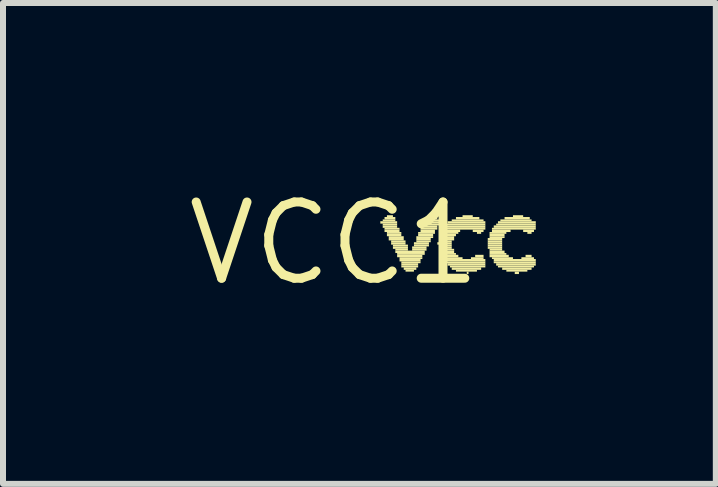
<source format=kicad_pcb>
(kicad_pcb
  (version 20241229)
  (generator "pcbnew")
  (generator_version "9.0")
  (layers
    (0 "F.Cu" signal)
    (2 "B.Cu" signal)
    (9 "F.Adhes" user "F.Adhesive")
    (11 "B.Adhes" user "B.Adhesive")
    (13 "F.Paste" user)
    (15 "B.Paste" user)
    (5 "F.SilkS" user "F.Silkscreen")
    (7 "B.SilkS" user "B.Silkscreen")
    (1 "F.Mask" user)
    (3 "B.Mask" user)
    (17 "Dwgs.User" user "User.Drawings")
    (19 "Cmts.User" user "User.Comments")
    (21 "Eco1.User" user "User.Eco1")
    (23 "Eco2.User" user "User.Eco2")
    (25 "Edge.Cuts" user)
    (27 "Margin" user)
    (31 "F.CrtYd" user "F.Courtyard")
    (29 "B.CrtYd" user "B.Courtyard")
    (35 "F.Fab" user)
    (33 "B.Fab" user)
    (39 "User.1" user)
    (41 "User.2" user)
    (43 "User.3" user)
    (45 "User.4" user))
  (footprint "VCC1"
    (layer "F.Cu")
    (at 2.517 1.006)
    (property "Reference" "VCC1" (at 0 0 0) (layer "F.SilkS") (effects (font (size 1.27 1.27) (thickness 0.15))))
    (attr through_hole)
    (fp_poly (pts (xy 0.77 -0.33) (xy 1.05 -0.33) (xy 1.05 -0.37) (xy 0.77 -0.37)) (stroke (width 0) (type solid)) (fill yes) (layer "F.SilkS"))
    (fp_poly (pts (xy 0.81 -0.37) (xy 1.02 -0.37) (xy 1.02 -0.4) (xy 0.81 -0.4)) (stroke (width 0) (type solid)) (fill yes) (layer "F.SilkS"))
    (fp_poly (pts (xy 0.81 -0.3) (xy 1.05 -0.3) (xy 1.05 -0.33) (xy 0.81 -0.33)) (stroke (width 0) (type solid)) (fill yes) (layer "F.SilkS"))
    (fp_poly (pts (xy 0.81 -0.26) (xy 1.05 -0.26) (xy 1.05 -0.3) (xy 0.81 -0.3)) (stroke (width 0) (type solid)) (fill yes) (layer "F.SilkS"))
    (fp_poly (pts (xy 0.84 -0.4) (xy 1.02 -0.4) (xy 1.02 -0.44) (xy 0.84 -0.44)) (stroke (width 0) (type solid)) (fill yes) (layer "F.SilkS"))
    (fp_poly (pts (xy 0.84 -0.23) (xy 1.09 -0.23) (xy 1.09 -0.26) (xy 0.84 -0.26)) (stroke (width 0) (type solid)) (fill yes) (layer "F.SilkS"))
    (fp_poly (pts (xy 0.84 -0.19) (xy 1.09 -0.19) (xy 1.09 -0.23) (xy 0.84 -0.23)) (stroke (width 0) (type solid)) (fill yes) (layer "F.SilkS"))
    (fp_poly (pts (xy 0.88 -0.44) (xy 0.98 -0.44) (xy 0.98 -0.47) (xy 0.88 -0.47)) (stroke (width 0) (type solid)) (fill yes) (layer "F.SilkS"))
    (fp_poly (pts (xy 0.88 -0.16) (xy 1.12 -0.16) (xy 1.12 -0.19) (xy 0.88 -0.19)) (stroke (width 0) (type solid)) (fill yes) (layer "F.SilkS"))
    (fp_poly (pts (xy 0.88 -0.12) (xy 1.12 -0.12) (xy 1.12 -0.16) (xy 0.88 -0.16)) (stroke (width 0) (type solid)) (fill yes) (layer "F.SilkS"))
    (fp_poly (pts (xy 0.91 -0.09) (xy 1.16 -0.09) (xy 1.16 -0.12) (xy 0.91 -0.12)) (stroke (width 0) (type solid)) (fill yes) (layer "F.SilkS"))
    (fp_poly (pts (xy 0.91 -0.05) (xy 1.16 -0.05) (xy 1.16 -0.09) (xy 0.91 -0.09)) (stroke (width 0) (type solid)) (fill yes) (layer "F.SilkS"))
    (fp_poly (pts (xy 0.95 -0.02) (xy 1.19 -0.02) (xy 1.19 -0.05) (xy 0.95 -0.05)) (stroke (width 0) (type solid)) (fill yes) (layer "F.SilkS"))
    (fp_poly (pts (xy 0.95 0.02) (xy 1.19 0.02) (xy 1.19 -0.02) (xy 0.95 -0.02)) (stroke (width 0) (type solid)) (fill yes) (layer "F.SilkS"))
    (fp_poly (pts (xy 0.98 0.05) (xy 1.23 0.05) (xy 1.23 0.02) (xy 0.98 0.02)) (stroke (width 0) (type solid)) (fill yes) (layer "F.SilkS"))
    (fp_poly (pts (xy 0.98 0.09) (xy 1.23 0.09) (xy 1.23 0.05) (xy 0.98 0.05)) (stroke (width 0) (type solid)) (fill yes) (layer "F.SilkS"))
    (fp_poly (pts (xy 1.02 0.12) (xy 1.23 0.12) (xy 1.23 0.09) (xy 1.02 0.09)) (stroke (width 0) (type solid)) (fill yes) (layer "F.SilkS"))
    (fp_poly (pts (xy 1.02 0.16) (xy 1.51 0.16) (xy 1.51 0.12) (xy 1.02 0.12)) (stroke (width 0) (type solid)) (fill yes) (layer "F.SilkS"))
    (fp_poly (pts (xy 1.05 0.19) (xy 1.51 0.19) (xy 1.51 0.16) (xy 1.05 0.16)) (stroke (width 0) (type solid)) (fill yes) (layer "F.SilkS"))
    (fp_poly (pts (xy 1.05 0.23) (xy 1.47 0.23) (xy 1.47 0.19) (xy 1.05 0.19)) (stroke (width 0) (type solid)) (fill yes) (layer "F.SilkS"))
    (fp_poly (pts (xy 1.09 0.26) (xy 1.47 0.26) (xy 1.47 0.23) (xy 1.09 0.23)) (stroke (width 0) (type solid)) (fill yes) (layer "F.SilkS"))
    (fp_poly (pts (xy 1.09 0.3) (xy 1.44 0.3) (xy 1.44 0.26) (xy 1.09 0.26)) (stroke (width 0) (type solid)) (fill yes) (layer "F.SilkS"))
    (fp_poly (pts (xy 1.12 0.33) (xy 1.44 0.33) (xy 1.44 0.3) (xy 1.12 0.3)) (stroke (width 0) (type solid)) (fill yes) (layer "F.SilkS"))
    (fp_poly (pts (xy 1.12 0.37) (xy 1.4 0.37) (xy 1.4 0.33) (xy 1.12 0.33)) (stroke (width 0) (type solid)) (fill yes) (layer "F.SilkS"))
    (fp_poly (pts (xy 1.12 0.4) (xy 1.4 0.4) (xy 1.4 0.37) (xy 1.12 0.37)) (stroke (width 0) (type solid)) (fill yes) (layer "F.SilkS"))
    (fp_poly (pts (xy 1.16 0.44) (xy 1.37 0.44) (xy 1.37 0.4) (xy 1.16 0.4)) (stroke (width 0) (type solid)) (fill yes) (layer "F.SilkS"))
    (fp_poly (pts (xy 1.19 0.47) (xy 1.33 0.47) (xy 1.33 0.44) (xy 1.19 0.44)) (stroke (width 0) (type solid)) (fill yes) (layer "F.SilkS"))
    (fp_poly (pts (xy 1.3 0.09) (xy 1.54 0.09) (xy 1.54 0.05) (xy 1.3 0.05)) (stroke (width 0) (type solid)) (fill yes) (layer "F.SilkS"))
    (fp_poly (pts (xy 1.3 0.12) (xy 1.54 0.12) (xy 1.54 0.09) (xy 1.3 0.09)) (stroke (width 0) (type solid)) (fill yes) (layer "F.SilkS"))
    (fp_poly (pts (xy 1.33 0.02) (xy 1.58 0.02) (xy 1.58 -0.02) (xy 1.33 -0.02)) (stroke (width 0) (type solid)) (fill yes) (layer "F.SilkS"))
    (fp_poly (pts (xy 1.33 0.05) (xy 1.58 0.05) (xy 1.58 0.02) (xy 1.33 0.02)) (stroke (width 0) (type solid)) (fill yes) (layer "F.SilkS"))
    (fp_poly (pts (xy 1.37 -0.09) (xy 1.65 -0.09) (xy 1.65 -0.12) (xy 1.37 -0.12)) (stroke (width 0) (type solid)) (fill yes) (layer "F.SilkS"))
    (fp_poly (pts (xy 1.37 -0.05) (xy 1.61 -0.05) (xy 1.61 -0.09) (xy 1.37 -0.09)) (stroke (width 0) (type solid)) (fill yes) (layer "F.SilkS"))
    (fp_poly (pts (xy 1.37 -0.02) (xy 1.61 -0.02) (xy 1.61 -0.05) (xy 1.37 -0.05)) (stroke (width 0) (type solid)) (fill yes) (layer "F.SilkS"))
    (fp_poly (pts (xy 1.4 -0.16) (xy 1.68 -0.16) (xy 1.68 -0.19) (xy 1.4 -0.19)) (stroke (width 0) (type solid)) (fill yes) (layer "F.SilkS"))
    (fp_poly (pts (xy 1.4 -0.12) (xy 1.65 -0.12) (xy 1.65 -0.16) (xy 1.4 -0.16)) (stroke (width 0) (type solid)) (fill yes) (layer "F.SilkS"))
    (fp_poly (pts (xy 1.44 -0.23) (xy 1.72 -0.23) (xy 1.72 -0.26) (xy 1.44 -0.26)) (stroke (width 0) (type solid)) (fill yes) (layer "F.SilkS"))
    (fp_poly (pts (xy 1.44 -0.19) (xy 1.68 -0.19) (xy 1.68 -0.23) (xy 1.44 -0.23)) (stroke (width 0) (type solid)) (fill yes) (layer "F.SilkS"))
    (fp_poly (pts (xy 1.47 -0.3) (xy 1.75 -0.3) (xy 1.75 -0.33) (xy 1.47 -0.33)) (stroke (width 0) (type solid)) (fill yes) (layer "F.SilkS"))
    (fp_poly (pts (xy 1.47 -0.26) (xy 1.72 -0.26) (xy 1.72 -0.3) (xy 1.47 -0.3)) (stroke (width 0) (type solid)) (fill yes) (layer "F.SilkS"))
    (fp_poly (pts (xy 1.51 -0.37) (xy 1.75 -0.37) (xy 1.75 -0.4) (xy 1.51 -0.4)) (stroke (width 0) (type solid)) (fill yes) (layer "F.SilkS"))
    (fp_poly (pts (xy 1.51 -0.33) (xy 1.75 -0.33) (xy 1.75 -0.37) (xy 1.51 -0.37)) (stroke (width 0) (type solid)) (fill yes) (layer "F.SilkS"))
    (fp_poly (pts (xy 1.54 -0.4) (xy 1.72 -0.4) (xy 1.72 -0.44) (xy 1.54 -0.44)) (stroke (width 0) (type solid)) (fill yes) (layer "F.SilkS"))
    (fp_poly (pts (xy 1.58 -0.44) (xy 1.65 -0.44) (xy 1.65 -0.47) (xy 1.58 -0.47)) (stroke (width 0) (type solid)) (fill yes) (layer "F.SilkS"))
    (fp_poly (pts (xy 1.72 0.02) (xy 1.96 0.02) (xy 1.96 -0.02) (xy 1.72 -0.02)) (stroke (width 0) (type solid)) (fill yes) (layer "F.SilkS"))
    (fp_poly (pts (xy 1.75 -0.12) (xy 2.03 -0.12) (xy 2.03 -0.16) (xy 1.75 -0.16)) (stroke (width 0) (type solid)) (fill yes) (layer "F.SilkS"))
    (fp_poly (pts (xy 1.75 -0.09) (xy 2 -0.09) (xy 2 -0.12) (xy 1.75 -0.12)) (stroke (width 0) (type solid)) (fill yes) (layer "F.SilkS"))
    (fp_poly (pts (xy 1.75 -0.05) (xy 2 -0.05) (xy 2 -0.09) (xy 1.75 -0.09)) (stroke (width 0) (type solid)) (fill yes) (layer "F.SilkS"))
    (fp_poly (pts (xy 1.75 -0.02) (xy 1.96 -0.02) (xy 1.96 -0.05) (xy 1.75 -0.05)) (stroke (width 0) (type solid)) (fill yes) (layer "F.SilkS"))
    (fp_poly (pts (xy 1.75 0.05) (xy 1.96 0.05) (xy 1.96 0.02) (xy 1.75 0.02)) (stroke (width 0) (type solid)) (fill yes) (layer "F.SilkS"))
    (fp_poly (pts (xy 1.75 0.09) (xy 1.96 0.09) (xy 1.96 0.05) (xy 1.75 0.05)) (stroke (width 0) (type solid)) (fill yes) (layer "F.SilkS"))
    (fp_poly (pts (xy 1.75 0.12) (xy 2 0.12) (xy 2 0.09) (xy 1.75 0.09)) (stroke (width 0) (type solid)) (fill yes) (layer "F.SilkS"))
    (fp_poly (pts (xy 1.75 0.16) (xy 2 0.16) (xy 2 0.12) (xy 1.75 0.12)) (stroke (width 0) (type solid)) (fill yes) (layer "F.SilkS"))
    (fp_poly (pts (xy 1.75 0.19) (xy 2.03 0.19) (xy 2.03 0.16) (xy 1.75 0.16)) (stroke (width 0) (type solid)) (fill yes) (layer "F.SilkS"))
    (fp_poly (pts (xy 1.79 -0.19) (xy 2.1 -0.19) (xy 2.1 -0.23) (xy 1.79 -0.23)) (stroke (width 0) (type solid)) (fill yes) (layer "F.SilkS"))
    (fp_poly (pts (xy 1.79 -0.16) (xy 2.07 -0.16) (xy 2.07 -0.19) (xy 1.79 -0.19)) (stroke (width 0) (type solid)) (fill yes) (layer "F.SilkS"))
    (fp_poly (pts (xy 1.79 0.23) (xy 2.07 0.23) (xy 2.07 0.19) (xy 1.79 0.19)) (stroke (width 0) (type solid)) (fill yes) (layer "F.SilkS"))
    (fp_poly (pts (xy 1.79 0.26) (xy 2.14 0.26) (xy 2.14 0.23) (xy 1.79 0.23)) (stroke (width 0) (type solid)) (fill yes) (layer "F.SilkS"))
    (fp_poly (pts (xy 1.82 -0.26) (xy 2.52 -0.26) (xy 2.52 -0.3) (xy 1.82 -0.3)) (stroke (width 0) (type solid)) (fill yes) (layer "F.SilkS"))
    (fp_poly (pts (xy 1.82 -0.23) (xy 2.52 -0.23) (xy 2.52 -0.26) (xy 1.82 -0.26)) (stroke (width 0) (type solid)) (fill yes) (layer "F.SilkS"))
    (fp_poly (pts (xy 1.82 0.3) (xy 2.52 0.3) (xy 2.52 0.26) (xy 1.82 0.26)) (stroke (width 0) (type solid)) (fill yes) (layer "F.SilkS"))
    (fp_poly (pts (xy 1.86 -0.3) (xy 2.52 -0.3) (xy 2.52 -0.33) (xy 1.86 -0.33)) (stroke (width 0) (type solid)) (fill yes) (layer "F.SilkS"))
    (fp_poly (pts (xy 1.86 0.33) (xy 2.52 0.33) (xy 2.52 0.3) (xy 1.86 0.3)) (stroke (width 0) (type solid)) (fill yes) (layer "F.SilkS"))
    (fp_poly (pts (xy 1.89 -0.33) (xy 2.52 -0.33) (xy 2.52 -0.37) (xy 1.89 -0.37)) (stroke (width 0) (type solid)) (fill yes) (layer "F.SilkS"))
    (fp_poly (pts (xy 1.89 0.37) (xy 2.52 0.37) (xy 2.52 0.33) (xy 1.89 0.33)) (stroke (width 0) (type solid)) (fill yes) (layer "F.SilkS"))
    (fp_poly (pts (xy 1.93 0.4) (xy 2.52 0.4) (xy 2.52 0.37) (xy 1.93 0.37)) (stroke (width 0) (type solid)) (fill yes) (layer "F.SilkS"))
    (fp_poly (pts (xy 1.96 -0.37) (xy 2.49 -0.37) (xy 2.49 -0.4) (xy 1.96 -0.4)) (stroke (width 0) (type solid)) (fill yes) (layer "F.SilkS"))
    (fp_poly (pts (xy 1.96 0.44) (xy 2.45 0.44) (xy 2.45 0.4) (xy 1.96 0.4)) (stroke (width 0) (type solid)) (fill yes) (layer "F.SilkS"))
    (fp_poly (pts (xy 2.03 -0.4) (xy 2.42 -0.4) (xy 2.42 -0.44) (xy 2.03 -0.44)) (stroke (width 0) (type solid)) (fill yes) (layer "F.SilkS"))
    (fp_poly (pts (xy 2.03 0.47) (xy 2.38 0.47) (xy 2.38 0.44) (xy 2.03 0.44)) (stroke (width 0) (type solid)) (fill yes) (layer "F.SilkS"))
    (fp_poly (pts (xy 2.14 -0.44) (xy 2.31 -0.44) (xy 2.31 -0.47) (xy 2.14 -0.47)) (stroke (width 0) (type solid)) (fill yes) (layer "F.SilkS"))
    (fp_poly (pts (xy 2.21 0.51) (xy 2.24 0.51) (xy 2.24 0.47) (xy 2.21 0.47)) (stroke (width 0) (type solid)) (fill yes) (layer "F.SilkS"))
    (fp_poly (pts (xy 2.28 0.26) (xy 2.49 0.26) (xy 2.49 0.23) (xy 2.28 0.23)) (stroke (width 0) (type solid)) (fill yes) (layer "F.SilkS"))
    (fp_poly (pts (xy 2.31 -0.19) (xy 2.49 -0.19) (xy 2.49 -0.23) (xy 2.31 -0.23)) (stroke (width 0) (type solid)) (fill yes) (layer "F.SilkS"))
    (fp_poly (pts (xy 2.35 0.23) (xy 2.49 0.23) (xy 2.49 0.19) (xy 2.35 0.19)) (stroke (width 0) (type solid)) (fill yes) (layer "F.SilkS"))
    (fp_poly (pts (xy 2.38 -0.16) (xy 2.45 -0.16) (xy 2.45 -0.19) (xy 2.38 -0.19)) (stroke (width 0) (type solid)) (fill yes) (layer "F.SilkS"))
    (fp_poly (pts (xy 2.56 -0.05) (xy 2.8 -0.05) (xy 2.8 -0.09) (xy 2.56 -0.09)) (stroke (width 0) (type solid)) (fill yes) (layer "F.SilkS"))
    (fp_poly (pts (xy 2.56 -0.02) (xy 2.8 -0.02) (xy 2.8 -0.05) (xy 2.56 -0.05)) (stroke (width 0) (type solid)) (fill yes) (layer "F.SilkS"))
    (fp_poly (pts (xy 2.56 0.02) (xy 2.8 0.02) (xy 2.8 -0.02) (xy 2.56 -0.02)) (stroke (width 0) (type solid)) (fill yes) (layer "F.SilkS"))
    (fp_poly (pts (xy 2.56 0.05) (xy 2.8 0.05) (xy 2.8 0.02) (xy 2.56 0.02)) (stroke (width 0) (type solid)) (fill yes) (layer "F.SilkS"))
    (fp_poly (pts (xy 2.56 0.09) (xy 2.8 0.09) (xy 2.8 0.05) (xy 2.56 0.05)) (stroke (width 0) (type solid)) (fill yes) (layer "F.SilkS"))
    (fp_poly (pts (xy 2.59 -0.16) (xy 2.87 -0.16) (xy 2.87 -0.19) (xy 2.59 -0.19)) (stroke (width 0) (type solid)) (fill yes) (layer "F.SilkS"))
    (fp_poly (pts (xy 2.59 -0.12) (xy 2.84 -0.12) (xy 2.84 -0.16) (xy 2.59 -0.16)) (stroke (width 0) (type solid)) (fill yes) (layer "F.SilkS"))
    (fp_poly (pts (xy 2.59 -0.09) (xy 2.84 -0.09) (xy 2.84 -0.12) (xy 2.59 -0.12)) (stroke (width 0) (type solid)) (fill yes) (layer "F.SilkS"))
    (fp_poly (pts (xy 2.59 0.12) (xy 2.8 0.12) (xy 2.8 0.09) (xy 2.59 0.09)) (stroke (width 0) (type solid)) (fill yes) (layer "F.SilkS"))
    (fp_poly (pts (xy 2.59 0.16) (xy 2.84 0.16) (xy 2.84 0.12) (xy 2.59 0.12)) (stroke (width 0) (type solid)) (fill yes) (layer "F.SilkS"))
    (fp_poly (pts (xy 2.59 0.19) (xy 2.87 0.19) (xy 2.87 0.16) (xy 2.59 0.16)) (stroke (width 0) (type solid)) (fill yes) (layer "F.SilkS"))
    (fp_poly (pts (xy 2.59 0.23) (xy 2.91 0.23) (xy 2.91 0.19) (xy 2.59 0.19)) (stroke (width 0) (type solid)) (fill yes) (layer "F.SilkS"))
    (fp_poly (pts (xy 2.63 -0.23) (xy 3.36 -0.23) (xy 3.36 -0.26) (xy 2.63 -0.26)) (stroke (width 0) (type solid)) (fill yes) (layer "F.SilkS"))
    (fp_poly (pts (xy 2.63 -0.19) (xy 2.94 -0.19) (xy 2.94 -0.23) (xy 2.63 -0.23)) (stroke (width 0) (type solid)) (fill yes) (layer "F.SilkS"))
    (fp_poly (pts (xy 2.63 0.26) (xy 2.98 0.26) (xy 2.98 0.23) (xy 2.63 0.23)) (stroke (width 0) (type solid)) (fill yes) (layer "F.SilkS"))
    (fp_poly (pts (xy 2.66 -0.26) (xy 3.36 -0.26) (xy 3.36 -0.3) (xy 2.66 -0.3)) (stroke (width 0) (type solid)) (fill yes) (layer "F.SilkS"))
    (fp_poly (pts (xy 2.66 0.3) (xy 3.36 0.3) (xy 3.36 0.26) (xy 2.66 0.26)) (stroke (width 0) (type solid)) (fill yes) (layer "F.SilkS"))
    (fp_poly (pts (xy 2.66 0.33) (xy 3.36 0.33) (xy 3.36 0.3) (xy 2.66 0.3)) (stroke (width 0) (type solid)) (fill yes) (layer "F.SilkS"))
    (fp_poly (pts (xy 2.7 -0.3) (xy 3.36 -0.3) (xy 3.36 -0.33) (xy 2.7 -0.33)) (stroke (width 0) (type solid)) (fill yes) (layer "F.SilkS"))
    (fp_poly (pts (xy 2.7 0.37) (xy 3.36 0.37) (xy 3.36 0.33) (xy 2.7 0.33)) (stroke (width 0) (type solid)) (fill yes) (layer "F.SilkS"))
    (fp_poly (pts (xy 2.73 -0.33) (xy 3.36 -0.33) (xy 3.36 -0.37) (xy 2.73 -0.37)) (stroke (width 0) (type solid)) (fill yes) (layer "F.SilkS"))
    (fp_poly (pts (xy 2.73 0.4) (xy 3.33 0.4) (xy 3.33 0.37) (xy 2.73 0.37)) (stroke (width 0) (type solid)) (fill yes) (layer "F.SilkS"))
    (fp_poly (pts (xy 2.77 -0.37) (xy 3.29 -0.37) (xy 3.29 -0.4) (xy 2.77 -0.4)) (stroke (width 0) (type solid)) (fill yes) (layer "F.SilkS"))
    (fp_poly (pts (xy 2.8 0.44) (xy 3.29 0.44) (xy 3.29 0.4) (xy 2.8 0.4)) (stroke (width 0) (type solid)) (fill yes) (layer "F.SilkS"))
    (fp_poly (pts (xy 2.84 -0.4) (xy 3.26 -0.4) (xy 3.26 -0.44) (xy 2.84 -0.44)) (stroke (width 0) (type solid)) (fill yes) (layer "F.SilkS"))
    (fp_poly (pts (xy 2.87 0.47) (xy 3.22 0.47) (xy 3.22 0.44) (xy 2.87 0.44)) (stroke (width 0) (type solid)) (fill yes) (layer "F.SilkS"))
    (fp_poly (pts (xy 2.98 -0.44) (xy 3.15 -0.44) (xy 3.15 -0.47) (xy 2.98 -0.47)) (stroke (width 0) (type solid)) (fill yes) (layer "F.SilkS"))
    (fp_poly (pts (xy 3.01 0.51) (xy 3.08 0.51) (xy 3.08 0.47) (xy 3.01 0.47)) (stroke (width 0) (type solid)) (fill yes) (layer "F.SilkS"))
    (fp_poly (pts (xy 3.12 0.26) (xy 3.33 0.26) (xy 3.33 0.23) (xy 3.12 0.23)) (stroke (width 0) (type solid)) (fill yes) (layer "F.SilkS"))
    (fp_poly (pts (xy 3.15 -0.19) (xy 3.33 -0.19) (xy 3.33 -0.23) (xy 3.15 -0.23)) (stroke (width 0) (type solid)) (fill yes) (layer "F.SilkS"))
    (fp_poly (pts (xy 3.19 0.23) (xy 3.29 0.23) (xy 3.29 0.19) (xy 3.19 0.19)) (stroke (width 0) (type solid)) (fill yes) (layer "F.SilkS"))
    (fp_poly (pts (xy 3.22 -0.16) (xy 3.29 -0.16) (xy 3.29 -0.19) (xy 3.22 -0.19)) (stroke (width 0) (type solid)) (fill yes) (layer "F.SilkS")))
  (gr_rect
    (start -3 -3)
    (end 8.877 5.012)
    (stroke (width 0.1) (type default))
    (fill no)
    (layer "Edge.Cuts")))
</source>
